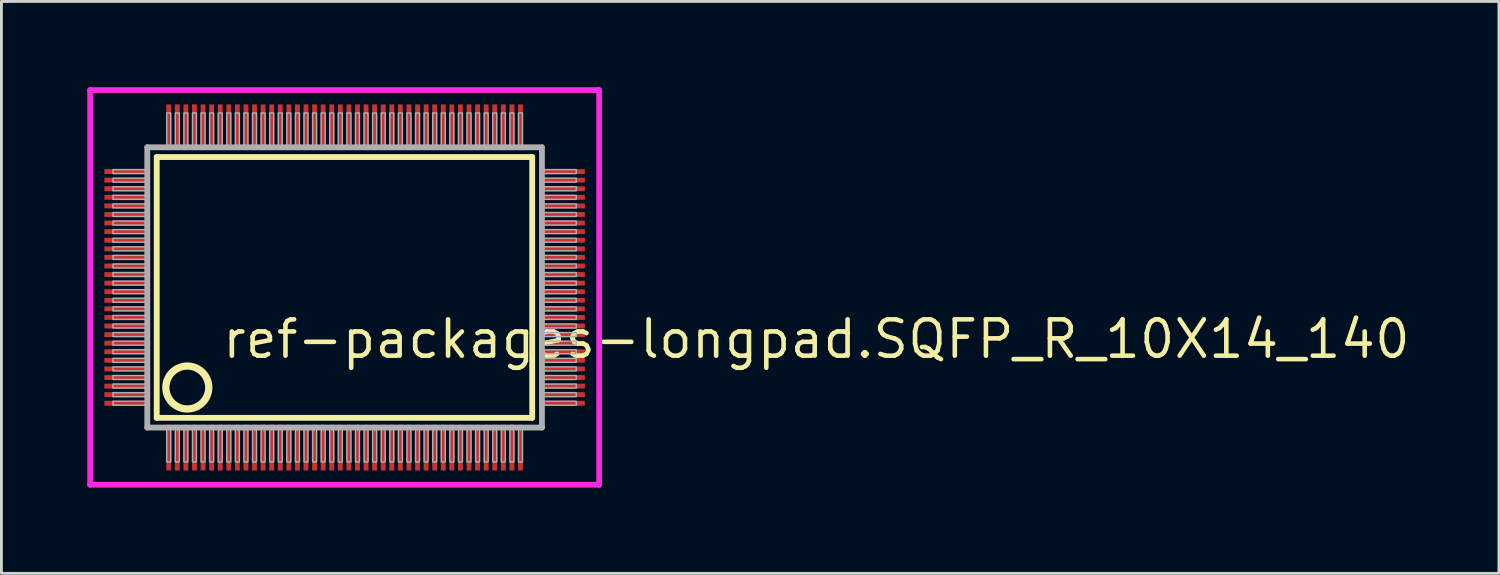
<source format=kicad_pcb>
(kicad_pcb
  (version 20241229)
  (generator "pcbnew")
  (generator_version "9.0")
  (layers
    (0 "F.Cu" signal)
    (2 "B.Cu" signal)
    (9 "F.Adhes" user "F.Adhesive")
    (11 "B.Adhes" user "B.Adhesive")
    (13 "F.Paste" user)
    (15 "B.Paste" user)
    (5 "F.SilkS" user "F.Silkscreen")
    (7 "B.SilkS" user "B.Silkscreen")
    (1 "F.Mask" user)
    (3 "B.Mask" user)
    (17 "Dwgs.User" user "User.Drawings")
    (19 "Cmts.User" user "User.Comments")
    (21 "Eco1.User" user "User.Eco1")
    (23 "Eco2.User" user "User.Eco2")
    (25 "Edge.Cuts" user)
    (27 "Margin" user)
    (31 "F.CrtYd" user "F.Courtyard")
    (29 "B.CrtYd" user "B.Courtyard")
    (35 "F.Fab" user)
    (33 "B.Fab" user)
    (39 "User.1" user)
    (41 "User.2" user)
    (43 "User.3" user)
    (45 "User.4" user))
  (footprint "ref-packages-longpad.SQFP_R_10X14_140"
    (layer "F.Cu")
    (at 9 7)
    (property "Reference" "ref-packages-longpad.SQFP_R_10X14_140" (at -4.35 2.55 0) (layer "F.SilkS") (effects (font (size 1.27 1.27) (thickness 0.16)) (justify left bottom)))
    (attr smd)
    (fp_line (start -6.57 -4.56) (end 6.56 -4.56) (stroke (width 0.203) (type default)) (layer "F.SilkS"))
    (fp_line (start -6.57 4.56) (end -6.57 -4.56) (stroke (width 0.203) (type default)) (layer "F.SilkS"))
    (fp_line (start 6.56 -4.56) (end 6.56 4.56) (stroke (width 0.203) (type default)) (layer "F.SilkS"))
    (fp_line (start 6.56 4.56) (end -6.57 4.56) (stroke (width 0.203) (type default)) (layer "F.SilkS"))
    (fp_circle (center -5.5 3.5) (end -4.75 3.5) (stroke (width 0.254) (type default)) (fill no) (layer "F.SilkS"))
    (fp_line (start -8.9 -6.9) (end 8.9 -6.9) (stroke (width 0.2) (type default)) (layer "F.CrtYd"))
    (fp_line (start -8.9 6.9) (end -8.9 -6.9) (stroke (width 0.2) (type default)) (layer "F.CrtYd"))
    (fp_line (start 8.9 -6.9) (end 8.9 6.9) (stroke (width 0.2) (type default)) (layer "F.CrtYd"))
    (fp_line (start 8.9 6.9) (end -8.9 6.9) (stroke (width 0.2) (type default)) (layer "F.CrtYd"))
    (fp_line (start -6.9 -4.9) (end -6.9 4.9) (stroke (width 0.203) (type default)) (layer "F.Fab"))
    (fp_line (start -6.9 4.9) (end 6.9 4.9) (stroke (width 0.203) (type default)) (layer "F.Fab"))
    (fp_line (start 6.9 -4.9) (end -6.9 -4.9) (stroke (width 0.203) (type default)) (layer "F.Fab"))
    (fp_line (start 6.9 4.9) (end 6.9 -4.9) (stroke (width 0.203) (type default)) (layer "F.Fab"))
    (fp_rect (start -8.1 -3.98) (end -6.95 -4.12) (stroke (width 0.05) (type default)) (fill no) (layer "F.Fab"))
    (fp_rect (start -8.1 -3.68) (end -6.95 -3.82) (stroke (width 0.05) (type default)) (fill no) (layer "F.Fab"))
    (fp_rect (start -8.1 -3.38) (end -6.95 -3.52) (stroke (width 0.05) (type default)) (fill no) (layer "F.Fab"))
    (fp_rect (start -8.1 -3.08) (end -6.95 -3.22) (stroke (width 0.05) (type default)) (fill no) (layer "F.Fab"))
    (fp_rect (start -8.1 -2.78) (end -6.95 -2.92) (stroke (width 0.05) (type default)) (fill no) (layer "F.Fab"))
    (fp_rect (start -8.1 -2.48) (end -6.95 -2.62) (stroke (width 0.05) (type default)) (fill no) (layer "F.Fab"))
    (fp_rect (start -8.1 -2.18) (end -6.95 -2.32) (stroke (width 0.05) (type default)) (fill no) (layer "F.Fab"))
    (fp_rect (start -8.1 -1.88) (end -6.95 -2.02) (stroke (width 0.05) (type default)) (fill no) (layer "F.Fab"))
    (fp_rect (start -8.1 -1.58) (end -6.95 -1.72) (stroke (width 0.05) (type default)) (fill no) (layer "F.Fab"))
    (fp_rect (start -8.1 -1.28) (end -6.95 -1.42) (stroke (width 0.05) (type default)) (fill no) (layer "F.Fab"))
    (fp_rect (start -8.1 -0.98) (end -6.95 -1.12) (stroke (width 0.05) (type default)) (fill no) (layer "F.Fab"))
    (fp_rect (start -8.1 -0.68) (end -6.95 -0.82) (stroke (width 0.05) (type default)) (fill no) (layer "F.Fab"))
    (fp_rect (start -8.1 -0.38) (end -6.95 -0.52) (stroke (width 0.05) (type default)) (fill no) (layer "F.Fab"))
    (fp_rect (start -8.1 -0.08) (end -6.95 -0.22) (stroke (width 0.05) (type default)) (fill no) (layer "F.Fab"))
    (fp_rect (start -8.1 0.22) (end -6.95 0.08) (stroke (width 0.05) (type default)) (fill no) (layer "F.Fab"))
    (fp_rect (start -8.1 0.52) (end -6.95 0.38) (stroke (width 0.05) (type default)) (fill no) (layer "F.Fab"))
    (fp_rect (start -8.1 0.82) (end -6.95 0.68) (stroke (width 0.05) (type default)) (fill no) (layer "F.Fab"))
    (fp_rect (start -8.1 1.12) (end -6.95 0.98) (stroke (width 0.05) (type default)) (fill no) (layer "F.Fab"))
    (fp_rect (start -8.1 1.42) (end -6.95 1.28) (stroke (width 0.05) (type default)) (fill no) (layer "F.Fab"))
    (fp_rect (start -8.1 1.72) (end -6.95 1.58) (stroke (width 0.05) (type default)) (fill no) (layer "F.Fab"))
    (fp_rect (start -8.1 2.02) (end -6.95 1.88) (stroke (width 0.05) (type default)) (fill no) (layer "F.Fab"))
    (fp_rect (start -8.1 2.32) (end -6.95 2.18) (stroke (width 0.05) (type default)) (fill no) (layer "F.Fab"))
    (fp_rect (start -8.1 2.62) (end -6.95 2.48) (stroke (width 0.05) (type default)) (fill no) (layer "F.Fab"))
    (fp_rect (start -8.1 2.92) (end -6.95 2.78) (stroke (width 0.05) (type default)) (fill no) (layer "F.Fab"))
    (fp_rect (start -8.1 3.22) (end -6.95 3.08) (stroke (width 0.05) (type default)) (fill no) (layer "F.Fab"))
    (fp_rect (start -8.1 3.52) (end -6.95 3.38) (stroke (width 0.05) (type default)) (fill no) (layer "F.Fab"))
    (fp_rect (start -8.1 3.82) (end -6.95 3.68) (stroke (width 0.05) (type default)) (fill no) (layer "F.Fab"))
    (fp_rect (start -8.1 4.12) (end -6.95 3.98) (stroke (width 0.05) (type default)) (fill no) (layer "F.Fab"))
    (fp_rect (start -6.22 -4.95) (end -6.08 -6.1) (stroke (width 0.05) (type default)) (fill no) (layer "F.Fab"))
    (fp_rect (start -6.22 6.1) (end -6.08 4.95) (stroke (width 0.05) (type default)) (fill no) (layer "F.Fab"))
    (fp_rect (start -5.92 -4.95) (end -5.78 -6.1) (stroke (width 0.05) (type default)) (fill no) (layer "F.Fab"))
    (fp_rect (start -5.92 6.1) (end -5.78 4.95) (stroke (width 0.05) (type default)) (fill no) (layer "F.Fab"))
    (fp_rect (start -5.62 -4.95) (end -5.48 -6.1) (stroke (width 0.05) (type default)) (fill no) (layer "F.Fab"))
    (fp_rect (start -5.62 6.1) (end -5.48 4.95) (stroke (width 0.05) (type default)) (fill no) (layer "F.Fab"))
    (fp_rect (start -5.32 -4.95) (end -5.18 -6.1) (stroke (width 0.05) (type default)) (fill no) (layer "F.Fab"))
    (fp_rect (start -5.32 6.1) (end -5.18 4.95) (stroke (width 0.05) (type default)) (fill no) (layer "F.Fab"))
    (fp_rect (start -5.02 -4.95) (end -4.88 -6.1) (stroke (width 0.05) (type default)) (fill no) (layer "F.Fab"))
    (fp_rect (start -5.02 6.1) (end -4.88 4.95) (stroke (width 0.05) (type default)) (fill no) (layer "F.Fab"))
    (fp_rect (start -4.72 -4.95) (end -4.58 -6.1) (stroke (width 0.05) (type default)) (fill no) (layer "F.Fab"))
    (fp_rect (start -4.72 6.1) (end -4.58 4.95) (stroke (width 0.05) (type default)) (fill no) (layer "F.Fab"))
    (fp_rect (start -4.42 -4.95) (end -4.28 -6.1) (stroke (width 0.05) (type default)) (fill no) (layer "F.Fab"))
    (fp_rect (start -4.42 6.1) (end -4.28 4.95) (stroke (width 0.05) (type default)) (fill no) (layer "F.Fab"))
    (fp_rect (start -4.12 -4.95) (end -3.98 -6.1) (stroke (width 0.05) (type default)) (fill no) (layer "F.Fab"))
    (fp_rect (start -4.12 6.1) (end -3.98 4.95) (stroke (width 0.05) (type default)) (fill no) (layer "F.Fab"))
    (fp_rect (start -3.82 -4.95) (end -3.68 -6.1) (stroke (width 0.05) (type default)) (fill no) (layer "F.Fab"))
    (fp_rect (start -3.82 6.1) (end -3.68 4.95) (stroke (width 0.05) (type default)) (fill no) (layer "F.Fab"))
    (fp_rect (start -3.52 -4.95) (end -3.38 -6.1) (stroke (width 0.05) (type default)) (fill no) (layer "F.Fab"))
    (fp_rect (start -3.52 6.1) (end -3.38 4.95) (stroke (width 0.05) (type default)) (fill no) (layer "F.Fab"))
    (fp_rect (start -3.22 -4.95) (end -3.08 -6.1) (stroke (width 0.05) (type default)) (fill no) (layer "F.Fab"))
    (fp_rect (start -3.22 6.1) (end -3.08 4.95) (stroke (width 0.05) (type default)) (fill no) (layer "F.Fab"))
    (fp_rect (start -2.92 -4.95) (end -2.78 -6.1) (stroke (width 0.05) (type default)) (fill no) (layer "F.Fab"))
    (fp_rect (start -2.92 6.1) (end -2.78 4.95) (stroke (width 0.05) (type default)) (fill no) (layer "F.Fab"))
    (fp_rect (start -2.62 -4.95) (end -2.48 -6.1) (stroke (width 0.05) (type default)) (fill no) (layer "F.Fab"))
    (fp_rect (start -2.62 6.1) (end -2.48 4.95) (stroke (width 0.05) (type default)) (fill no) (layer "F.Fab"))
    (fp_rect (start -2.32 -4.95) (end -2.18 -6.1) (stroke (width 0.05) (type default)) (fill no) (layer "F.Fab"))
    (fp_rect (start -2.32 6.1) (end -2.18 4.95) (stroke (width 0.05) (type default)) (fill no) (layer "F.Fab"))
    (fp_rect (start -2.02 -4.95) (end -1.88 -6.1) (stroke (width 0.05) (type default)) (fill no) (layer "F.Fab"))
    (fp_rect (start -2.02 6.1) (end -1.88 4.95) (stroke (width 0.05) (type default)) (fill no) (layer "F.Fab"))
    (fp_rect (start -1.72 -4.95) (end -1.58 -6.1) (stroke (width 0.05) (type default)) (fill no) (layer "F.Fab"))
    (fp_rect (start -1.72 6.1) (end -1.58 4.95) (stroke (width 0.05) (type default)) (fill no) (layer "F.Fab"))
    (fp_rect (start -1.42 -4.95) (end -1.28 -6.1) (stroke (width 0.05) (type default)) (fill no) (layer "F.Fab"))
    (fp_rect (start -1.42 6.1) (end -1.28 4.95) (stroke (width 0.05) (type default)) (fill no) (layer "F.Fab"))
    (fp_rect (start -1.12 -4.95) (end -0.98 -6.1) (stroke (width 0.05) (type default)) (fill no) (layer "F.Fab"))
    (fp_rect (start -1.12 6.1) (end -0.98 4.95) (stroke (width 0.05) (type default)) (fill no) (layer "F.Fab"))
    (fp_rect (start -0.82 -4.95) (end -0.68 -6.1) (stroke (width 0.05) (type default)) (fill no) (layer "F.Fab"))
    (fp_rect (start -0.82 6.1) (end -0.68 4.95) (stroke (width 0.05) (type default)) (fill no) (layer "F.Fab"))
    (fp_rect (start -0.52 -4.95) (end -0.38 -6.1) (stroke (width 0.05) (type default)) (fill no) (layer "F.Fab"))
    (fp_rect (start -0.52 6.1) (end -0.38 4.95) (stroke (width 0.05) (type default)) (fill no) (layer "F.Fab"))
    (fp_rect (start -0.22 -4.95) (end -0.08 -6.1) (stroke (width 0.05) (type default)) (fill no) (layer "F.Fab"))
    (fp_rect (start -0.22 6.1) (end -0.08 4.95) (stroke (width 0.05) (type default)) (fill no) (layer "F.Fab"))
    (fp_rect (start 0.08 -4.95) (end 0.22 -6.1) (stroke (width 0.05) (type default)) (fill no) (layer "F.Fab"))
    (fp_rect (start 0.08 6.1) (end 0.22 4.95) (stroke (width 0.05) (type default)) (fill no) (layer "F.Fab"))
    (fp_rect (start 0.38 -4.95) (end 0.52 -6.1) (stroke (width 0.05) (type default)) (fill no) (layer "F.Fab"))
    (fp_rect (start 0.38 6.1) (end 0.52 4.95) (stroke (width 0.05) (type default)) (fill no) (layer "F.Fab"))
    (fp_rect (start 0.68 -4.95) (end 0.82 -6.1) (stroke (width 0.05) (type default)) (fill no) (layer "F.Fab"))
    (fp_rect (start 0.68 6.1) (end 0.82 4.95) (stroke (width 0.05) (type default)) (fill no) (layer "F.Fab"))
    (fp_rect (start 0.98 -4.95) (end 1.12 -6.1) (stroke (width 0.05) (type default)) (fill no) (layer "F.Fab"))
    (fp_rect (start 0.98 6.1) (end 1.12 4.95) (stroke (width 0.05) (type default)) (fill no) (layer "F.Fab"))
    (fp_rect (start 1.28 -4.95) (end 1.42 -6.1) (stroke (width 0.05) (type default)) (fill no) (layer "F.Fab"))
    (fp_rect (start 1.28 6.1) (end 1.42 4.95) (stroke (width 0.05) (type default)) (fill no) (layer "F.Fab"))
    (fp_rect (start 1.58 -4.95) (end 1.72 -6.1) (stroke (width 0.05) (type default)) (fill no) (layer "F.Fab"))
    (fp_rect (start 1.58 6.1) (end 1.72 4.95) (stroke (width 0.05) (type default)) (fill no) (layer "F.Fab"))
    (fp_rect (start 1.88 -4.95) (end 2.02 -6.1) (stroke (width 0.05) (type default)) (fill no) (layer "F.Fab"))
    (fp_rect (start 1.88 6.1) (end 2.02 4.95) (stroke (width 0.05) (type default)) (fill no) (layer "F.Fab"))
    (fp_rect (start 2.18 -4.95) (end 2.32 -6.1) (stroke (width 0.05) (type default)) (fill no) (layer "F.Fab"))
    (fp_rect (start 2.18 6.1) (end 2.32 4.95) (stroke (width 0.05) (type default)) (fill no) (layer "F.Fab"))
    (fp_rect (start 2.48 -4.95) (end 2.62 -6.1) (stroke (width 0.05) (type default)) (fill no) (layer "F.Fab"))
    (fp_rect (start 2.48 6.1) (end 2.62 4.95) (stroke (width 0.05) (type default)) (fill no) (layer "F.Fab"))
    (fp_rect (start 2.78 -4.95) (end 2.92 -6.1) (stroke (width 0.05) (type default)) (fill no) (layer "F.Fab"))
    (fp_rect (start 2.78 6.1) (end 2.92 4.95) (stroke (width 0.05) (type default)) (fill no) (layer "F.Fab"))
    (fp_rect (start 3.08 -4.95) (end 3.22 -6.1) (stroke (width 0.05) (type default)) (fill no) (layer "F.Fab"))
    (fp_rect (start 3.08 6.1) (end 3.22 4.95) (stroke (width 0.05) (type default)) (fill no) (layer "F.Fab"))
    (fp_rect (start 3.38 -4.95) (end 3.52 -6.1) (stroke (width 0.05) (type default)) (fill no) (layer "F.Fab"))
    (fp_rect (start 3.38 6.1) (end 3.52 4.95) (stroke (width 0.05) (type default)) (fill no) (layer "F.Fab"))
    (fp_rect (start 3.68 -4.95) (end 3.82 -6.1) (stroke (width 0.05) (type default)) (fill no) (layer "F.Fab"))
    (fp_rect (start 3.68 6.1) (end 3.82 4.95) (stroke (width 0.05) (type default)) (fill no) (layer "F.Fab"))
    (fp_rect (start 3.98 -4.95) (end 4.12 -6.1) (stroke (width 0.05) (type default)) (fill no) (layer "F.Fab"))
    (fp_rect (start 3.98 6.1) (end 4.12 4.95) (stroke (width 0.05) (type default)) (fill no) (layer "F.Fab"))
    (fp_rect (start 4.28 -4.95) (end 4.42 -6.1) (stroke (width 0.05) (type default)) (fill no) (layer "F.Fab"))
    (fp_rect (start 4.28 6.1) (end 4.42 4.95) (stroke (width 0.05) (type default)) (fill no) (layer "F.Fab"))
    (fp_rect (start 4.58 -4.95) (end 4.72 -6.1) (stroke (width 0.05) (type default)) (fill no) (layer "F.Fab"))
    (fp_rect (start 4.58 6.1) (end 4.72 4.95) (stroke (width 0.05) (type default)) (fill no) (layer "F.Fab"))
    (fp_rect (start 4.88 -4.95) (end 5.02 -6.1) (stroke (width 0.05) (type default)) (fill no) (layer "F.Fab"))
    (fp_rect (start 4.88 6.1) (end 5.02 4.95) (stroke (width 0.05) (type default)) (fill no) (layer "F.Fab"))
    (fp_rect (start 5.18 -4.95) (end 5.32 -6.1) (stroke (width 0.05) (type default)) (fill no) (layer "F.Fab"))
    (fp_rect (start 5.18 6.1) (end 5.32 4.95) (stroke (width 0.05) (type default)) (fill no) (layer "F.Fab"))
    (fp_rect (start 5.48 -4.95) (end 5.62 -6.1) (stroke (width 0.05) (type default)) (fill no) (layer "F.Fab"))
    (fp_rect (start 5.48 6.1) (end 5.62 4.95) (stroke (width 0.05) (type default)) (fill no) (layer "F.Fab"))
    (fp_rect (start 5.78 -4.95) (end 5.92 -6.1) (stroke (width 0.05) (type default)) (fill no) (layer "F.Fab"))
    (fp_rect (start 5.78 6.1) (end 5.92 4.95) (stroke (width 0.05) (type default)) (fill no) (layer "F.Fab"))
    (fp_rect (start 6.08 -4.95) (end 6.22 -6.1) (stroke (width 0.05) (type default)) (fill no) (layer "F.Fab"))
    (fp_rect (start 6.08 6.1) (end 6.22 4.95) (stroke (width 0.05) (type default)) (fill no) (layer "F.Fab"))
    (fp_rect (start 6.95 -3.98) (end 8.1 -4.12) (stroke (width 0.05) (type default)) (fill no) (layer "F.Fab"))
    (fp_rect (start 6.95 -3.68) (end 8.1 -3.82) (stroke (width 0.05) (type default)) (fill no) (layer "F.Fab"))
    (fp_rect (start 6.95 -3.38) (end 8.1 -3.52) (stroke (width 0.05) (type default)) (fill no) (layer "F.Fab"))
    (fp_rect (start 6.95 -3.08) (end 8.1 -3.22) (stroke (width 0.05) (type default)) (fill no) (layer "F.Fab"))
    (fp_rect (start 6.95 -2.78) (end 8.1 -2.92) (stroke (width 0.05) (type default)) (fill no) (layer "F.Fab"))
    (fp_rect (start 6.95 -2.48) (end 8.1 -2.62) (stroke (width 0.05) (type default)) (fill no) (layer "F.Fab"))
    (fp_rect (start 6.95 -2.18) (end 8.1 -2.32) (stroke (width 0.05) (type default)) (fill no) (layer "F.Fab"))
    (fp_rect (start 6.95 -1.88) (end 8.1 -2.02) (stroke (width 0.05) (type default)) (fill no) (layer "F.Fab"))
    (fp_rect (start 6.95 -1.58) (end 8.1 -1.72) (stroke (width 0.05) (type default)) (fill no) (layer "F.Fab"))
    (fp_rect (start 6.95 -1.28) (end 8.1 -1.42) (stroke (width 0.05) (type default)) (fill no) (layer "F.Fab"))
    (fp_rect (start 6.95 -0.98) (end 8.1 -1.12) (stroke (width 0.05) (type default)) (fill no) (layer "F.Fab"))
    (fp_rect (start 6.95 -0.68) (end 8.1 -0.82) (stroke (width 0.05) (type default)) (fill no) (layer "F.Fab"))
    (fp_rect (start 6.95 -0.38) (end 8.1 -0.52) (stroke (width 0.05) (type default)) (fill no) (layer "F.Fab"))
    (fp_rect (start 6.95 -0.08) (end 8.1 -0.22) (stroke (width 0.05) (type default)) (fill no) (layer "F.Fab"))
    (fp_rect (start 6.95 0.22) (end 8.1 0.08) (stroke (width 0.05) (type default)) (fill no) (layer "F.Fab"))
    (fp_rect (start 6.95 0.52) (end 8.1 0.38) (stroke (width 0.05) (type default)) (fill no) (layer "F.Fab"))
    (fp_rect (start 6.95 0.82) (end 8.1 0.68) (stroke (width 0.05) (type default)) (fill no) (layer "F.Fab"))
    (fp_rect (start 6.95 1.12) (end 8.1 0.98) (stroke (width 0.05) (type default)) (fill no) (layer "F.Fab"))
    (fp_rect (start 6.95 1.42) (end 8.1 1.28) (stroke (width 0.05) (type default)) (fill no) (layer "F.Fab"))
    (fp_rect (start 6.95 1.72) (end 8.1 1.58) (stroke (width 0.05) (type default)) (fill no) (layer "F.Fab"))
    (fp_rect (start 6.95 2.02) (end 8.1 1.88) (stroke (width 0.05) (type default)) (fill no) (layer "F.Fab"))
    (fp_rect (start 6.95 2.32) (end 8.1 2.18) (stroke (width 0.05) (type default)) (fill no) (layer "F.Fab"))
    (fp_rect (start 6.95 2.62) (end 8.1 2.48) (stroke (width 0.05) (type default)) (fill no) (layer "F.Fab"))
    (fp_rect (start 6.95 2.92) (end 8.1 2.78) (stroke (width 0.05) (type default)) (fill no) (layer "F.Fab"))
    (fp_rect (start 6.95 3.22) (end 8.1 3.08) (stroke (width 0.05) (type default)) (fill no) (layer "F.Fab"))
    (fp_rect (start 6.95 3.52) (end 8.1 3.38) (stroke (width 0.05) (type default)) (fill no) (layer "F.Fab"))
    (fp_rect (start 6.95 3.82) (end 8.1 3.68) (stroke (width 0.05) (type default)) (fill no) (layer "F.Fab"))
    (fp_rect (start 6.95 4.12) (end 8.1 3.98) (stroke (width 0.05) (type default)) (fill no) (layer "F.Fab"))
    (pad "1" smd roundrect (at -6.15 5.6) (size 0.17 1.6) (layers "F.Cu" "F.Mask" "F.Paste") (roundrect_rratio 0.01))
    (pad "2" smd roundrect (at -5.85 5.6) (size 0.17 1.6) (layers "F.Cu" "F.Mask" "F.Paste") (roundrect_rratio 0.01))
    (pad "3" smd roundrect (at -5.55 5.6) (size 0.17 1.6) (layers "F.Cu" "F.Mask" "F.Paste") (roundrect_rratio 0.01))
    (pad "4" smd roundrect (at -5.25 5.6) (size 0.17 1.6) (layers "F.Cu" "F.Mask" "F.Paste") (roundrect_rratio 0.01))
    (pad "5" smd roundrect (at -4.95 5.6) (size 0.17 1.6) (layers "F.Cu" "F.Mask" "F.Paste") (roundrect_rratio 0.01))
    (pad "6" smd roundrect (at -4.65 5.6) (size 0.17 1.6) (layers "F.Cu" "F.Mask" "F.Paste") (roundrect_rratio 0.01))
    (pad "7" smd roundrect (at -4.35 5.6) (size 0.17 1.6) (layers "F.Cu" "F.Mask" "F.Paste") (roundrect_rratio 0.01))
    (pad "8" smd roundrect (at -4.05 5.6) (size 0.17 1.6) (layers "F.Cu" "F.Mask" "F.Paste") (roundrect_rratio 0.01))
    (pad "9" smd roundrect (at -3.75 5.6) (size 0.17 1.6) (layers "F.Cu" "F.Mask" "F.Paste") (roundrect_rratio 0.01))
    (pad "10" smd roundrect (at -3.45 5.6) (size 0.17 1.6) (layers "F.Cu" "F.Mask" "F.Paste") (roundrect_rratio 0.01))
    (pad "11" smd roundrect (at -3.15 5.6) (size 0.17 1.6) (layers "F.Cu" "F.Mask" "F.Paste") (roundrect_rratio 0.01))
    (pad "12" smd roundrect (at -2.85 5.6) (size 0.17 1.6) (layers "F.Cu" "F.Mask" "F.Paste") (roundrect_rratio 0.01))
    (pad "13" smd roundrect (at -2.55 5.6) (size 0.17 1.6) (layers "F.Cu" "F.Mask" "F.Paste") (roundrect_rratio 0.01))
    (pad "14" smd roundrect (at -2.25 5.6) (size 0.17 1.6) (layers "F.Cu" "F.Mask" "F.Paste") (roundrect_rratio 0.01))
    (pad "15" smd roundrect (at -1.95 5.6) (size 0.17 1.6) (layers "F.Cu" "F.Mask" "F.Paste") (roundrect_rratio 0.01))
    (pad "16" smd roundrect (at -1.65 5.6) (size 0.17 1.6) (layers "F.Cu" "F.Mask" "F.Paste") (roundrect_rratio 0.01))
    (pad "17" smd roundrect (at -1.35 5.6) (size 0.17 1.6) (layers "F.Cu" "F.Mask" "F.Paste") (roundrect_rratio 0.01))
    (pad "18" smd roundrect (at -1.05 5.6) (size 0.17 1.6) (layers "F.Cu" "F.Mask" "F.Paste") (roundrect_rratio 0.01))
    (pad "19" smd roundrect (at -0.75 5.6) (size 0.17 1.6) (layers "F.Cu" "F.Mask" "F.Paste") (roundrect_rratio 0.01))
    (pad "20" smd roundrect (at -0.45 5.6) (size 0.17 1.6) (layers "F.Cu" "F.Mask" "F.Paste") (roundrect_rratio 0.01))
    (pad "21" smd roundrect (at -0.15 5.6) (size 0.17 1.6) (layers "F.Cu" "F.Mask" "F.Paste") (roundrect_rratio 0.01))
    (pad "22" smd roundrect (at 0.15 5.6) (size 0.17 1.6) (layers "F.Cu" "F.Mask" "F.Paste") (roundrect_rratio 0.01))
    (pad "23" smd roundrect (at 0.45 5.6) (size 0.17 1.6) (layers "F.Cu" "F.Mask" "F.Paste") (roundrect_rratio 0.01))
    (pad "24" smd roundrect (at 0.75 5.6) (size 0.17 1.6) (layers "F.Cu" "F.Mask" "F.Paste") (roundrect_rratio 0.01))
    (pad "25" smd roundrect (at 1.05 5.6) (size 0.17 1.6) (layers "F.Cu" "F.Mask" "F.Paste") (roundrect_rratio 0.01))
    (pad "26" smd roundrect (at 1.35 5.6) (size 0.17 1.6) (layers "F.Cu" "F.Mask" "F.Paste") (roundrect_rratio 0.01))
    (pad "27" smd roundrect (at 1.65 5.6) (size 0.17 1.6) (layers "F.Cu" "F.Mask" "F.Paste") (roundrect_rratio 0.01))
    (pad "28" smd roundrect (at 1.95 5.6) (size 0.17 1.6) (layers "F.Cu" "F.Mask" "F.Paste") (roundrect_rratio 0.01))
    (pad "29" smd roundrect (at 2.25 5.6) (size 0.17 1.6) (layers "F.Cu" "F.Mask" "F.Paste") (roundrect_rratio 0.01))
    (pad "30" smd roundrect (at 2.55 5.6) (size 0.17 1.6) (layers "F.Cu" "F.Mask" "F.Paste") (roundrect_rratio 0.01))
    (pad "31" smd roundrect (at 2.85 5.6) (size 0.17 1.6) (layers "F.Cu" "F.Mask" "F.Paste") (roundrect_rratio 0.01))
    (pad "32" smd roundrect (at 3.15 5.6) (size 0.17 1.6) (layers "F.Cu" "F.Mask" "F.Paste") (roundrect_rratio 0.01))
    (pad "33" smd roundrect (at 3.45 5.6) (size 0.17 1.6) (layers "F.Cu" "F.Mask" "F.Paste") (roundrect_rratio 0.01))
    (pad "34" smd roundrect (at 3.75 5.6) (size 0.17 1.6) (layers "F.Cu" "F.Mask" "F.Paste") (roundrect_rratio 0.01))
    (pad "35" smd roundrect (at 4.05 5.6) (size 0.17 1.6) (layers "F.Cu" "F.Mask" "F.Paste") (roundrect_rratio 0.01))
    (pad "36" smd roundrect (at 4.35 5.6) (size 0.17 1.6) (layers "F.Cu" "F.Mask" "F.Paste") (roundrect_rratio 0.01))
    (pad "37" smd roundrect (at 4.65 5.6) (size 0.17 1.6) (layers "F.Cu" "F.Mask" "F.Paste") (roundrect_rratio 0.01))
    (pad "38" smd roundrect (at 4.95 5.6) (size 0.17 1.6) (layers "F.Cu" "F.Mask" "F.Paste") (roundrect_rratio 0.01))
    (pad "39" smd roundrect (at 5.25 5.6) (size 0.17 1.6) (layers "F.Cu" "F.Mask" "F.Paste") (roundrect_rratio 0.01))
    (pad "40" smd roundrect (at 5.55 5.6) (size 0.17 1.6) (layers "F.Cu" "F.Mask" "F.Paste") (roundrect_rratio 0.01))
    (pad "41" smd roundrect (at 5.85 5.6) (size 0.17 1.6) (layers "F.Cu" "F.Mask" "F.Paste") (roundrect_rratio 0.01))
    (pad "42" smd roundrect (at 6.15 5.6) (size 0.17 1.6) (layers "F.Cu" "F.Mask" "F.Paste") (roundrect_rratio 0.01))
    (pad "43" smd roundrect (at 7.6 4.05) (size 1.6 0.17) (layers "F.Cu" "F.Mask" "F.Paste") (roundrect_rratio 0.01))
    (pad "44" smd roundrect (at 7.6 3.75) (size 1.6 0.17) (layers "F.Cu" "F.Mask" "F.Paste") (roundrect_rratio 0.01))
    (pad "45" smd roundrect (at 7.6 3.45) (size 1.6 0.17) (layers "F.Cu" "F.Mask" "F.Paste") (roundrect_rratio 0.01))
    (pad "46" smd roundrect (at 7.6 3.15) (size 1.6 0.17) (layers "F.Cu" "F.Mask" "F.Paste") (roundrect_rratio 0.01))
    (pad "47" smd roundrect (at 7.6 2.85) (size 1.6 0.17) (layers "F.Cu" "F.Mask" "F.Paste") (roundrect_rratio 0.01))
    (pad "48" smd roundrect (at 7.6 2.55) (size 1.6 0.17) (layers "F.Cu" "F.Mask" "F.Paste") (roundrect_rratio 0.01))
    (pad "49" smd roundrect (at 7.6 2.25) (size 1.6 0.17) (layers "F.Cu" "F.Mask" "F.Paste") (roundrect_rratio 0.01))
    (pad "50" smd roundrect (at 7.6 1.95) (size 1.6 0.17) (layers "F.Cu" "F.Mask" "F.Paste") (roundrect_rratio 0.01))
    (pad "51" smd roundrect (at 7.6 1.65) (size 1.6 0.17) (layers "F.Cu" "F.Mask" "F.Paste") (roundrect_rratio 0.01))
    (pad "52" smd roundrect (at 7.6 1.35) (size 1.6 0.17) (layers "F.Cu" "F.Mask" "F.Paste") (roundrect_rratio 0.01))
    (pad "53" smd roundrect (at 7.6 1.05) (size 1.6 0.17) (layers "F.Cu" "F.Mask" "F.Paste") (roundrect_rratio 0.01))
    (pad "54" smd roundrect (at 7.6 0.75) (size 1.6 0.17) (layers "F.Cu" "F.Mask" "F.Paste") (roundrect_rratio 0.01))
    (pad "55" smd roundrect (at 7.6 0.45) (size 1.6 0.17) (layers "F.Cu" "F.Mask" "F.Paste") (roundrect_rratio 0.01))
    (pad "56" smd roundrect (at 7.6 0.15) (size 1.6 0.17) (layers "F.Cu" "F.Mask" "F.Paste") (roundrect_rratio 0.01))
    (pad "57" smd roundrect (at 7.6 -0.15) (size 1.6 0.17) (layers "F.Cu" "F.Mask" "F.Paste") (roundrect_rratio 0.01))
    (pad "58" smd roundrect (at 7.6 -0.45) (size 1.6 0.17) (layers "F.Cu" "F.Mask" "F.Paste") (roundrect_rratio 0.01))
    (pad "59" smd roundrect (at 7.6 -0.75) (size 1.6 0.17) (layers "F.Cu" "F.Mask" "F.Paste") (roundrect_rratio 0.01))
    (pad "60" smd roundrect (at 7.6 -1.05) (size 1.6 0.17) (layers "F.Cu" "F.Mask" "F.Paste") (roundrect_rratio 0.01))
    (pad "61" smd roundrect (at 7.6 -1.35) (size 1.6 0.17) (layers "F.Cu" "F.Mask" "F.Paste") (roundrect_rratio 0.01))
    (pad "62" smd roundrect (at 7.6 -1.65) (size 1.6 0.17) (layers "F.Cu" "F.Mask" "F.Paste") (roundrect_rratio 0.01))
    (pad "63" smd roundrect (at 7.6 -1.95) (size 1.6 0.17) (layers "F.Cu" "F.Mask" "F.Paste") (roundrect_rratio 0.01))
    (pad "64" smd roundrect (at 7.6 -2.25) (size 1.6 0.17) (layers "F.Cu" "F.Mask" "F.Paste") (roundrect_rratio 0.01))
    (pad "65" smd roundrect (at 7.6 -2.55) (size 1.6 0.17) (layers "F.Cu" "F.Mask" "F.Paste") (roundrect_rratio 0.01))
    (pad "66" smd roundrect (at 7.6 -2.85) (size 1.6 0.17) (layers "F.Cu" "F.Mask" "F.Paste") (roundrect_rratio 0.01))
    (pad "67" smd roundrect (at 7.6 -3.15) (size 1.6 0.17) (layers "F.Cu" "F.Mask" "F.Paste") (roundrect_rratio 0.01))
    (pad "68" smd roundrect (at 7.6 -3.45) (size 1.6 0.17) (layers "F.Cu" "F.Mask" "F.Paste") (roundrect_rratio 0.01))
    (pad "69" smd roundrect (at 7.6 -3.75) (size 1.6 0.17) (layers "F.Cu" "F.Mask" "F.Paste") (roundrect_rratio 0.01))
    (pad "70" smd roundrect (at 7.6 -4.05) (size 1.6 0.17) (layers "F.Cu" "F.Mask" "F.Paste") (roundrect_rratio 0.01))
    (pad "71" smd roundrect (at 6.15 -5.6) (size 0.17 1.6) (layers "F.Cu" "F.Mask" "F.Paste") (roundrect_rratio 0.01))
    (pad "72" smd roundrect (at 5.85 -5.6) (size 0.17 1.6) (layers "F.Cu" "F.Mask" "F.Paste") (roundrect_rratio 0.01))
    (pad "73" smd roundrect (at 5.55 -5.6) (size 0.17 1.6) (layers "F.Cu" "F.Mask" "F.Paste") (roundrect_rratio 0.01))
    (pad "74" smd roundrect (at 5.25 -5.6) (size 0.17 1.6) (layers "F.Cu" "F.Mask" "F.Paste") (roundrect_rratio 0.01))
    (pad "75" smd roundrect (at 4.95 -5.6) (size 0.17 1.6) (layers "F.Cu" "F.Mask" "F.Paste") (roundrect_rratio 0.01))
    (pad "76" smd roundrect (at 4.65 -5.6) (size 0.17 1.6) (layers "F.Cu" "F.Mask" "F.Paste") (roundrect_rratio 0.01))
    (pad "77" smd roundrect (at 4.35 -5.6) (size 0.17 1.6) (layers "F.Cu" "F.Mask" "F.Paste") (roundrect_rratio 0.01))
    (pad "78" smd roundrect (at 4.05 -5.6) (size 0.17 1.6) (layers "F.Cu" "F.Mask" "F.Paste") (roundrect_rratio 0.01))
    (pad "79" smd roundrect (at 3.75 -5.6) (size 0.17 1.6) (layers "F.Cu" "F.Mask" "F.Paste") (roundrect_rratio 0.01))
    (pad "80" smd roundrect (at 3.45 -5.6) (size 0.17 1.6) (layers "F.Cu" "F.Mask" "F.Paste") (roundrect_rratio 0.01))
    (pad "81" smd roundrect (at 3.15 -5.6) (size 0.17 1.6) (layers "F.Cu" "F.Mask" "F.Paste") (roundrect_rratio 0.01))
    (pad "82" smd roundrect (at 2.85 -5.6) (size 0.17 1.6) (layers "F.Cu" "F.Mask" "F.Paste") (roundrect_rratio 0.01))
    (pad "83" smd roundrect (at 2.55 -5.6) (size 0.17 1.6) (layers "F.Cu" "F.Mask" "F.Paste") (roundrect_rratio 0.01))
    (pad "84" smd roundrect (at 2.25 -5.6) (size 0.17 1.6) (layers "F.Cu" "F.Mask" "F.Paste") (roundrect_rratio 0.01))
    (pad "85" smd roundrect (at 1.95 -5.6) (size 0.17 1.6) (layers "F.Cu" "F.Mask" "F.Paste") (roundrect_rratio 0.01))
    (pad "86" smd roundrect (at 1.65 -5.6) (size 0.17 1.6) (layers "F.Cu" "F.Mask" "F.Paste") (roundrect_rratio 0.01))
    (pad "87" smd roundrect (at 1.35 -5.6) (size 0.17 1.6) (layers "F.Cu" "F.Mask" "F.Paste") (roundrect_rratio 0.01))
    (pad "88" smd roundrect (at 1.05 -5.6) (size 0.17 1.6) (layers "F.Cu" "F.Mask" "F.Paste") (roundrect_rratio 0.01))
    (pad "89" smd roundrect (at 0.75 -5.6) (size 0.17 1.6) (layers "F.Cu" "F.Mask" "F.Paste") (roundrect_rratio 0.01))
    (pad "90" smd roundrect (at 0.45 -5.6) (size 0.17 1.6) (layers "F.Cu" "F.Mask" "F.Paste") (roundrect_rratio 0.01))
    (pad "91" smd roundrect (at 0.15 -5.6) (size 0.17 1.6) (layers "F.Cu" "F.Mask" "F.Paste") (roundrect_rratio 0.01))
    (pad "92" smd roundrect (at -0.15 -5.6) (size 0.17 1.6) (layers "F.Cu" "F.Mask" "F.Paste") (roundrect_rratio 0.01))
    (pad "93" smd roundrect (at -0.45 -5.6) (size 0.17 1.6) (layers "F.Cu" "F.Mask" "F.Paste") (roundrect_rratio 0.01))
    (pad "94" smd roundrect (at -0.75 -5.6) (size 0.17 1.6) (layers "F.Cu" "F.Mask" "F.Paste") (roundrect_rratio 0.01))
    (pad "95" smd roundrect (at -1.05 -5.6) (size 0.17 1.6) (layers "F.Cu" "F.Mask" "F.Paste") (roundrect_rratio 0.01))
    (pad "96" smd roundrect (at -1.35 -5.6) (size 0.17 1.6) (layers "F.Cu" "F.Mask" "F.Paste") (roundrect_rratio 0.01))
    (pad "97" smd roundrect (at -1.65 -5.6) (size 0.17 1.6) (layers "F.Cu" "F.Mask" "F.Paste") (roundrect_rratio 0.01))
    (pad "98" smd roundrect (at -1.95 -5.6) (size 0.17 1.6) (layers "F.Cu" "F.Mask" "F.Paste") (roundrect_rratio 0.01))
    (pad "99" smd roundrect (at -2.25 -5.6) (size 0.17 1.6) (layers "F.Cu" "F.Mask" "F.Paste") (roundrect_rratio 0.01))
    (pad "100" smd roundrect (at -2.55 -5.6) (size 0.17 1.6) (layers "F.Cu" "F.Mask" "F.Paste") (roundrect_rratio 0.01))
    (pad "101" smd roundrect (at -2.85 -5.6) (size 0.17 1.6) (layers "F.Cu" "F.Mask" "F.Paste") (roundrect_rratio 0.01))
    (pad "102" smd roundrect (at -3.15 -5.6) (size 0.17 1.6) (layers "F.Cu" "F.Mask" "F.Paste") (roundrect_rratio 0.01))
    (pad "103" smd roundrect (at -3.45 -5.6) (size 0.17 1.6) (layers "F.Cu" "F.Mask" "F.Paste") (roundrect_rratio 0.01))
    (pad "104" smd roundrect (at -3.75 -5.6) (size 0.17 1.6) (layers "F.Cu" "F.Mask" "F.Paste") (roundrect_rratio 0.01))
    (pad "105" smd roundrect (at -4.05 -5.6) (size 0.17 1.6) (layers "F.Cu" "F.Mask" "F.Paste") (roundrect_rratio 0.01))
    (pad "106" smd roundrect (at -4.35 -5.6) (size 0.17 1.6) (layers "F.Cu" "F.Mask" "F.Paste") (roundrect_rratio 0.01))
    (pad "107" smd roundrect (at -4.65 -5.6) (size 0.17 1.6) (layers "F.Cu" "F.Mask" "F.Paste") (roundrect_rratio 0.01))
    (pad "108" smd roundrect (at -4.95 -5.6) (size 0.17 1.6) (layers "F.Cu" "F.Mask" "F.Paste") (roundrect_rratio 0.01))
    (pad "109" smd roundrect (at -5.25 -5.6) (size 0.17 1.6) (layers "F.Cu" "F.Mask" "F.Paste") (roundrect_rratio 0.01))
    (pad "110" smd roundrect (at -5.55 -5.6) (size 0.17 1.6) (layers "F.Cu" "F.Mask" "F.Paste") (roundrect_rratio 0.01))
    (pad "111" smd roundrect (at -5.85 -5.6) (size 0.17 1.6) (layers "F.Cu" "F.Mask" "F.Paste") (roundrect_rratio 0.01))
    (pad "112" smd roundrect (at -6.15 -5.6) (size 0.17 1.6) (layers "F.Cu" "F.Mask" "F.Paste") (roundrect_rratio 0.01))
    (pad "113" smd roundrect (at -7.6 -4.05) (size 1.6 0.17) (layers "F.Cu" "F.Mask" "F.Paste") (roundrect_rratio 0.01))
    (pad "114" smd roundrect (at -7.6 -3.75) (size 1.6 0.17) (layers "F.Cu" "F.Mask" "F.Paste") (roundrect_rratio 0.01))
    (pad "115" smd roundrect (at -7.6 -3.45) (size 1.6 0.17) (layers "F.Cu" "F.Mask" "F.Paste") (roundrect_rratio 0.01))
    (pad "116" smd roundrect (at -7.6 -3.15) (size 1.6 0.17) (layers "F.Cu" "F.Mask" "F.Paste") (roundrect_rratio 0.01))
    (pad "117" smd roundrect (at -7.6 -2.85) (size 1.6 0.17) (layers "F.Cu" "F.Mask" "F.Paste") (roundrect_rratio 0.01))
    (pad "118" smd roundrect (at -7.6 -2.55) (size 1.6 0.17) (layers "F.Cu" "F.Mask" "F.Paste") (roundrect_rratio 0.01))
    (pad "119" smd roundrect (at -7.6 -2.25) (size 1.6 0.17) (layers "F.Cu" "F.Mask" "F.Paste") (roundrect_rratio 0.01))
    (pad "120" smd roundrect (at -7.6 -1.95) (size 1.6 0.17) (layers "F.Cu" "F.Mask" "F.Paste") (roundrect_rratio 0.01))
    (pad "121" smd roundrect (at -7.6 -1.65) (size 1.6 0.17) (layers "F.Cu" "F.Mask" "F.Paste") (roundrect_rratio 0.01))
    (pad "122" smd roundrect (at -7.6 -1.35) (size 1.6 0.17) (layers "F.Cu" "F.Mask" "F.Paste") (roundrect_rratio 0.01))
    (pad "123" smd roundrect (at -7.6 -1.05) (size 1.6 0.17) (layers "F.Cu" "F.Mask" "F.Paste") (roundrect_rratio 0.01))
    (pad "124" smd roundrect (at -7.6 -0.75) (size 1.6 0.17) (layers "F.Cu" "F.Mask" "F.Paste") (roundrect_rratio 0.01))
    (pad "125" smd roundrect (at -7.6 -0.45) (size 1.6 0.17) (layers "F.Cu" "F.Mask" "F.Paste") (roundrect_rratio 0.01))
    (pad "126" smd roundrect (at -7.6 -0.15) (size 1.6 0.17) (layers "F.Cu" "F.Mask" "F.Paste") (roundrect_rratio 0.01))
    (pad "127" smd roundrect (at -7.6 0.15) (size 1.6 0.17) (layers "F.Cu" "F.Mask" "F.Paste") (roundrect_rratio 0.01))
    (pad "128" smd roundrect (at -7.6 0.45) (size 1.6 0.17) (layers "F.Cu" "F.Mask" "F.Paste") (roundrect_rratio 0.01))
    (pad "129" smd roundrect (at -7.6 0.75) (size 1.6 0.17) (layers "F.Cu" "F.Mask" "F.Paste") (roundrect_rratio 0.01))
    (pad "130" smd roundrect (at -7.6 1.05) (size 1.6 0.17) (layers "F.Cu" "F.Mask" "F.Paste") (roundrect_rratio 0.01))
    (pad "131" smd roundrect (at -7.6 1.35) (size 1.6 0.17) (layers "F.Cu" "F.Mask" "F.Paste") (roundrect_rratio 0.01))
    (pad "132" smd roundrect (at -7.6 1.65) (size 1.6 0.17) (layers "F.Cu" "F.Mask" "F.Paste") (roundrect_rratio 0.01))
    (pad "133" smd roundrect (at -7.6 1.95) (size 1.6 0.17) (layers "F.Cu" "F.Mask" "F.Paste") (roundrect_rratio 0.01))
    (pad "134" smd roundrect (at -7.6 2.25) (size 1.6 0.17) (layers "F.Cu" "F.Mask" "F.Paste") (roundrect_rratio 0.01))
    (pad "135" smd roundrect (at -7.6 2.55) (size 1.6 0.17) (layers "F.Cu" "F.Mask" "F.Paste") (roundrect_rratio 0.01))
    (pad "136" smd roundrect (at -7.6 2.85) (size 1.6 0.17) (layers "F.Cu" "F.Mask" "F.Paste") (roundrect_rratio 0.01))
    (pad "137" smd roundrect (at -7.6 3.15) (size 1.6 0.17) (layers "F.Cu" "F.Mask" "F.Paste") (roundrect_rratio 0.01))
    (pad "138" smd roundrect (at -7.6 3.45) (size 1.6 0.17) (layers "F.Cu" "F.Mask" "F.Paste") (roundrect_rratio 0.01))
    (pad "139" smd roundrect (at -7.6 3.75) (size 1.6 0.17) (layers "F.Cu" "F.Mask" "F.Paste") (roundrect_rratio 0.01))
    (pad "140" smd roundrect (at -7.6 4.05) (size 1.6 0.17) (layers "F.Cu" "F.Mask" "F.Paste") (roundrect_rratio 0.01)))
  (gr_rect
    (start -3 -3)
    (end 49.363 17)
    (stroke (width 0.1) (type default))
    (fill no)
    (layer "Edge.Cuts")))
</source>
